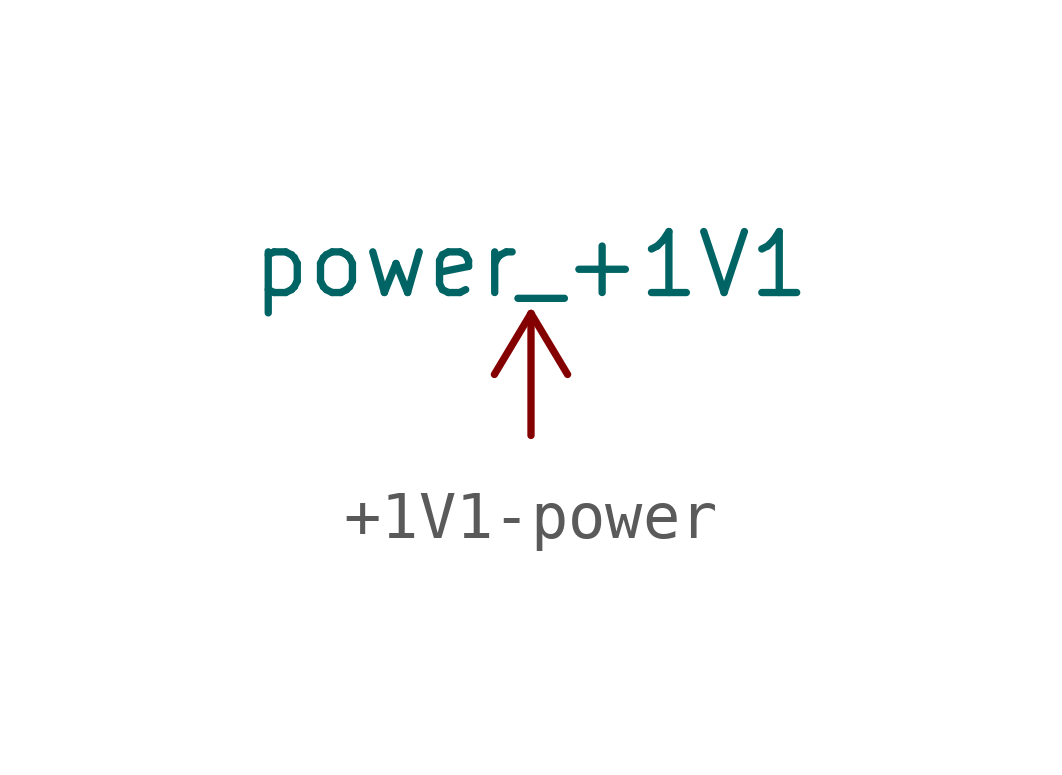
<source format=kicad_sym>
(kicad_symbol_lib
  (version 20231120)
  (generator "kicad_symbol_editor")
  (generator_version "8.0")
  (symbol "+1V1-power"
    (power)
    (pin_names
      (offset 0))
    (property "Reference" "#PWR"
      (at 0 -3.81 0)
      (effects (font (size 1.27 1.27)) (hide yes)))
    (property "Value" "power_+1V1"
      (at 0 3.556 0)
      (effects (font (size 1.27 1.27))))
    (symbol "+1V1-power_0_1"
      (polyline (pts (xy -0.762 1.27) (xy 0 2.54)) (stroke (width 0) (type solid)) (fill (type none)))
      (polyline (pts (xy 0 0) (xy 0 2.54)) (stroke (width 0) (type solid)) (fill (type none)))
      (polyline (pts (xy 0 2.54) (xy 0.762 1.27)) (stroke (width 0) (type solid)) (fill (type none))))
    (symbol "+1V1-power_1_1"
      (pin power_in line (at 0 0 90) (length 0) hide (name "+1V1" (effects (font (size 1.27 1.27)))) (number "1" (effects (font (size 1.27 1.27))))))))
</source>
